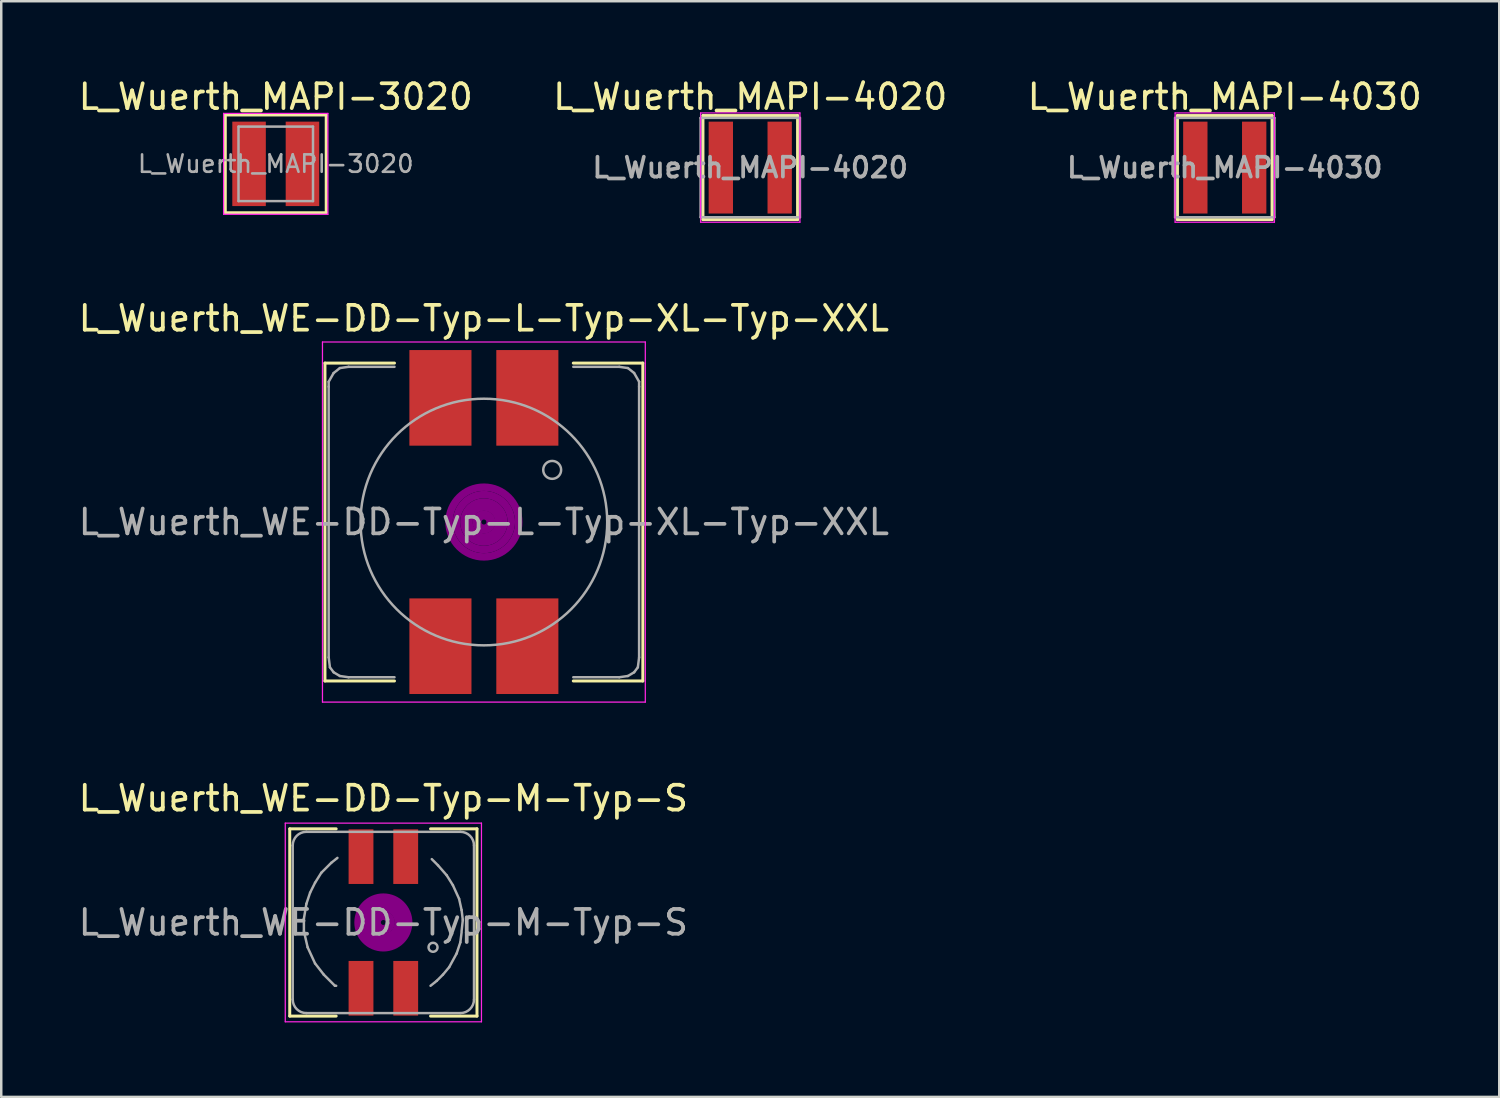
<source format=kicad_pcb>
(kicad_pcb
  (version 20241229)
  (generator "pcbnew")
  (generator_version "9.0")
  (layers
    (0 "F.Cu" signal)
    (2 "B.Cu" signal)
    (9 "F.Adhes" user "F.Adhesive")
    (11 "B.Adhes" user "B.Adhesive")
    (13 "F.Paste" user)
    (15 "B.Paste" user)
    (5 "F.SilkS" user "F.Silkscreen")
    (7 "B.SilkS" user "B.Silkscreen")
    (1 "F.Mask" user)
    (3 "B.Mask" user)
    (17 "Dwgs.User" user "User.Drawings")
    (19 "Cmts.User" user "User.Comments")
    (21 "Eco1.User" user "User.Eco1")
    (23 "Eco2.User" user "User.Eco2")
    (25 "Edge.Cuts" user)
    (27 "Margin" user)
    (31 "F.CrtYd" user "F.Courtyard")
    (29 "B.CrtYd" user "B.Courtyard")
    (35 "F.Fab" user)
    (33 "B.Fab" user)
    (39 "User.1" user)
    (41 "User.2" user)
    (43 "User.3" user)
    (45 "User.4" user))
  (footprint "L_Wuerth_WE-DD-Typ-M-Typ-S"
    (layer "F.Cu")
    (at 12.387 34.095)
    (property "Reference" "L_Wuerth_WE-DD-Typ-M-Typ-S" (at 0 -5 0) (layer "F.SilkS") (effects (font (size 1 1) (thickness 0.15))))
    (attr smd)
    (fp_line (start -3.77 -3.77) (end -1.9 -3.77) (stroke (width 0.12) (type solid)) (layer "F.SilkS"))
    (fp_line (start -3.77 3.77) (end -3.77 -3.77) (stroke (width 0.12) (type solid)) (layer "F.SilkS"))
    (fp_line (start -1.9 3.77) (end -3.77 3.77) (stroke (width 0.12) (type solid)) (layer "F.SilkS"))
    (fp_line (start 1.9 -3.77) (end 3.77 -3.77) (stroke (width 0.12) (type solid)) (layer "F.SilkS"))
    (fp_line (start 3.77 -3.77) (end 3.77 3.77) (stroke (width 0.12) (type solid)) (layer "F.SilkS"))
    (fp_line (start 3.77 3.77) (end 1.9 3.77) (stroke (width 0.12) (type solid)) (layer "F.SilkS"))
    (fp_circle (center 0 0) (end 0.1 0) (stroke (width 0.3) (type solid)) (fill no) (layer "F.Adhes"))
    (fp_circle (center 0 0) (end 0.3 -0.1) (stroke (width 0.3) (type solid)) (fill no) (layer "F.Adhes"))
    (fp_circle (center 0 0) (end 0.6 0) (stroke (width 0.3) (type solid)) (fill no) (layer "F.Adhes"))
    (fp_circle (center 0 0) (end 0.8 -0.1) (stroke (width 0.3) (type solid)) (fill no) (layer "F.Adhes"))
    (fp_circle (center 0 0) (end 1 -0.2) (stroke (width 0.3) (type solid)) (fill no) (layer "F.Adhes"))
    (fp_circle (center 0.8 0) (end 0.8 0) (stroke (width 0.3) (type solid)) (fill no) (layer "F.Adhes"))
    (fp_line (start -3.95 -4) (end 3.95 -4) (stroke (width 0.05) (type solid)) (layer "F.CrtYd"))
    (fp_line (start -3.95 4) (end -3.95 -4) (stroke (width 0.05) (type solid)) (layer "F.CrtYd"))
    (fp_line (start 3.95 -4) (end 3.95 4) (stroke (width 0.05) (type solid)) (layer "F.CrtYd"))
    (fp_line (start 3.95 4) (end -3.95 4) (stroke (width 0.05) (type solid)) (layer "F.CrtYd"))
    (fp_line (start -3.65 -3.1) (end -3.65 3.1) (stroke (width 0.1) (type solid)) (layer "F.Fab"))
    (fp_line (start -3.2 -0.15) (end -3.2 0.35) (stroke (width 0.1) (type solid)) (layer "F.Fab"))
    (fp_line (start -3.2 0.35) (end -3.05 1) (stroke (width 0.1) (type solid)) (layer "F.Fab"))
    (fp_line (start -3.1 -0.75) (end -3.2 -0.15) (stroke (width 0.1) (type solid)) (layer "F.Fab"))
    (fp_line (start -3.1 3.65) (end 3.1 3.65) (stroke (width 0.1) (type solid)) (layer "F.Fab"))
    (fp_line (start -3.05 1) (end -2.75 1.65) (stroke (width 0.1) (type solid)) (layer "F.Fab"))
    (fp_line (start -2.95 -1.2) (end -3.1 -0.75) (stroke (width 0.1) (type solid)) (layer "F.Fab"))
    (fp_line (start -2.75 -1.6) (end -2.95 -1.2) (stroke (width 0.1) (type solid)) (layer "F.Fab"))
    (fp_line (start -2.75 1.65) (end -2.4 2.1) (stroke (width 0.1) (type solid)) (layer "F.Fab"))
    (fp_line (start -2.5 -2) (end -2.75 -1.6) (stroke (width 0.1) (type solid)) (layer "F.Fab"))
    (fp_line (start -2.4 2.1) (end -1.95 2.55) (stroke (width 0.1) (type solid)) (layer "F.Fab"))
    (fp_line (start -2.1 -2.4) (end -2.5 -2) (stroke (width 0.1) (type solid)) (layer "F.Fab"))
    (fp_line (start -1.95 2.55) (end -1.9 2.55) (stroke (width 0.1) (type solid)) (layer "F.Fab"))
    (fp_line (start -1.85 -2.6) (end -2.1 -2.4) (stroke (width 0.1) (type solid)) (layer "F.Fab"))
    (fp_line (start 1.95 -2.55) (end 2.2 -2.3) (stroke (width 0.1) (type solid)) (layer "F.Fab"))
    (fp_line (start 2.15 2.35) (end 1.9 2.55) (stroke (width 0.1) (type solid)) (layer "F.Fab"))
    (fp_line (start 2.2 -2.3) (end 2.55 -1.9) (stroke (width 0.1) (type solid)) (layer "F.Fab"))
    (fp_line (start 2.4 2.1) (end 2.15 2.35) (stroke (width 0.1) (type solid)) (layer "F.Fab"))
    (fp_line (start 2.55 -1.9) (end 2.8 -1.5) (stroke (width 0.1) (type solid)) (layer "F.Fab"))
    (fp_line (start 2.65 1.8) (end 2.4 2.1) (stroke (width 0.1) (type solid)) (layer "F.Fab"))
    (fp_line (start 2.8 -1.5) (end 3.05 -0.95) (stroke (width 0.1) (type solid)) (layer "F.Fab"))
    (fp_line (start 2.95 1.25) (end 2.65 1.8) (stroke (width 0.1) (type solid)) (layer "F.Fab"))
    (fp_line (start 3.05 -0.95) (end 3.15 -0.5) (stroke (width 0.1) (type solid)) (layer "F.Fab"))
    (fp_line (start 3.1 -3.65) (end -3.1 -3.65) (stroke (width 0.1) (type solid)) (layer "F.Fab"))
    (fp_line (start 3.1 0.8) (end 2.95 1.25) (stroke (width 0.1) (type solid)) (layer "F.Fab"))
    (fp_line (start 3.15 -0.5) (end 3.2 -0.1) (stroke (width 0.1) (type solid)) (layer "F.Fab"))
    (fp_line (start 3.15 0.4) (end 3.1 0.8) (stroke (width 0.1) (type solid)) (layer "F.Fab"))
    (fp_line (start 3.2 -0.1) (end 3.15 0.35) (stroke (width 0.1) (type solid)) (layer "F.Fab"))
    (fp_line (start 3.65 -3.1) (end 3.65 3.1) (stroke (width 0.1) (type solid)) (layer "F.Fab"))
    (fp_arc (start -3.65 -3.1) (mid -3.488909 -3.488909) (end -3.1 -3.65) (stroke (width 0.1) (type solid)) (layer "F.Fab"))
    (fp_arc (start -3.1 3.65) (mid -3.488909 3.488909) (end -3.65 3.1) (stroke (width 0.1) (type solid)) (layer "F.Fab"))
    (fp_arc (start 3.1 -3.65) (mid 3.488909 -3.488909) (end 3.65 -3.1) (stroke (width 0.1) (type solid)) (layer "F.Fab"))
    (fp_arc (start 3.65 3.1) (mid 3.488909 3.488909) (end 3.1 3.65) (stroke (width 0.1) (type solid)) (layer "F.Fab"))
    (fp_circle (center 2 1) (end 2.15 0.9) (stroke (width 0.1) (type solid)) (fill no) (layer "F.Fab"))
    (fp_text user "${REFERENCE}" (at 0 0 0) (layer "F.Fab") (effects (font (size 1 1) (thickness 0.15))))
    (pad "1" smd rect (at -0.9 2.65) (size 1 2.2) (layers "F.Cu" "F.Mask" "F.Paste"))
    (pad "2" smd rect (at -0.9 -2.65) (size 1 2.2) (layers "F.Cu" "F.Mask" "F.Paste"))
    (pad "3" smd rect (at 0.9 -2.65) (size 1 2.2) (layers "F.Cu" "F.Mask" "F.Paste"))
    (pad "4" smd rect (at 0.9 2.65) (size 1 2.2) (layers "F.Cu" "F.Mask" "F.Paste")))
  (footprint "L_Wuerth_MAPI-4030"
    (layer "F.Cu")
    (at 46.268 3.698)
    (property "Reference" "L_Wuerth_MAPI-4030" (at 0 -2.85 0) (layer "F.SilkS") (effects (font (size 1 1) (thickness 0.15))))
    (attr smd)
    (fp_line (start -1.905 -2.095) (end -1.905 2.095) (stroke (width 0.12) (type solid)) (layer "F.SilkS"))
    (fp_line (start -1.905 2.095) (end 1.905 2.095) (stroke (width 0.12) (type solid)) (layer "F.SilkS"))
    (fp_line (start 1.905 -2.095) (end -1.905 -2.095) (stroke (width 0.12) (type solid)) (layer "F.SilkS"))
    (fp_line (start 1.905 2.095) (end 1.905 -2.095) (stroke (width 0.12) (type solid)) (layer "F.SilkS"))
    (fp_line (start -2 -2.2) (end -2 2.2) (stroke (width 0.05) (type solid)) (layer "F.CrtYd"))
    (fp_line (start -2 2.2) (end 2 2.2) (stroke (width 0.05) (type solid)) (layer "F.CrtYd"))
    (fp_line (start 2 -2.2) (end -2 -2.2) (stroke (width 0.05) (type solid)) (layer "F.CrtYd"))
    (fp_line (start 2 2.2) (end 2 -2.2) (stroke (width 0.05) (type solid)) (layer "F.CrtYd"))
    (fp_line (start -2 -2) (end -2 2) (stroke (width 0.1) (type solid)) (layer "F.Fab"))
    (fp_line (start -2 2) (end 2 2) (stroke (width 0.1) (type solid)) (layer "F.Fab"))
    (fp_line (start 2 -2) (end -2 -2) (stroke (width 0.1) (type solid)) (layer "F.Fab"))
    (fp_line (start 2 2) (end 2 -2) (stroke (width 0.1) (type solid)) (layer "F.Fab"))
    (fp_text user "${REFERENCE}" (at 0 0 0) (layer "F.Fab") (effects (font (size 0.8 0.8) (thickness 0.15))))
    (pad "1" smd rect (at -1.185 0) (size 0.98 3.7) (layers "F.Cu" "F.Mask" "F.Paste"))
    (pad "2" smd rect (at 1.185 0) (size 0.98 3.7) (layers "F.Cu" "F.Mask" "F.Paste")))
  (footprint "L_Wuerth_MAPI-3020"
    (layer "F.Cu")
    (at 8.054 3.548)
    (property "Reference" "L_Wuerth_MAPI-3020" (at 0 -2.7 0) (layer "F.SilkS") (effects (font (size 1 1) (thickness 0.15))))
    (attr smd)
    (fp_line (start -2.032 -1.968) (end -2.032 1.968) (stroke (width 0.12) (type solid)) (layer "F.SilkS"))
    (fp_line (start -2.032 1.968) (end 2.032 1.968) (stroke (width 0.12) (type solid)) (layer "F.SilkS"))
    (fp_line (start 2.032 -1.968) (end -2.032 -1.968) (stroke (width 0.12) (type solid)) (layer "F.SilkS"))
    (fp_line (start 2.032 1.968) (end 2.032 -1.968) (stroke (width 0.12) (type solid)) (layer "F.SilkS"))
    (fp_line (start -2.1 -2.032) (end -2.1 2.032) (stroke (width 0.05) (type solid)) (layer "F.CrtYd"))
    (fp_line (start -2.1 2.032) (end 2.1 2.032) (stroke (width 0.05) (type solid)) (layer "F.CrtYd"))
    (fp_line (start 2.1 -2.032) (end -2.1 -2.032) (stroke (width 0.05) (type solid)) (layer "F.CrtYd"))
    (fp_line (start 2.1 2.032) (end 2.1 -2.032) (stroke (width 0.05) (type solid)) (layer "F.CrtYd"))
    (fp_line (start -1.5 -1.5) (end -1.5 1.5) (stroke (width 0.1) (type solid)) (layer "F.Fab"))
    (fp_line (start -1.5 1.5) (end 1.5 1.5) (stroke (width 0.1) (type solid)) (layer "F.Fab"))
    (fp_line (start 1.5 -1.5) (end -1.5 -1.5) (stroke (width 0.1) (type solid)) (layer "F.Fab"))
    (fp_line (start 1.5 1.5) (end 1.5 -1.5) (stroke (width 0.1) (type solid)) (layer "F.Fab"))
    (fp_text user "${REFERENCE}" (at 0 0 0) (layer "F.Fab") (effects (font (size 0.7 0.7) (thickness 0.105))))
    (pad "1" smd rect (at -1.075 0) (size 1.35 3.4) (layers "F.Cu" "F.Mask" "F.Paste"))
    (pad "2" smd rect (at 1.075 0) (size 1.35 3.4) (layers "F.Cu" "F.Mask" "F.Paste")))
  (footprint "L_Wuerth_MAPI-4020"
    (layer "F.Cu")
    (at 27.161 3.698)
    (property "Reference" "L_Wuerth_MAPI-4020" (at 0 -2.85 0) (layer "F.SilkS") (effects (font (size 1 1) (thickness 0.15))))
    (attr smd)
    (fp_line (start -1.905 -2.095) (end -1.905 2.095) (stroke (width 0.12) (type solid)) (layer "F.SilkS"))
    (fp_line (start -1.905 2.095) (end 1.905 2.095) (stroke (width 0.12) (type solid)) (layer "F.SilkS"))
    (fp_line (start -1.397 -2.095) (end -1.905 -2.095) (stroke (width 0.12) (type solid)) (layer "F.SilkS"))
    (fp_line (start 1.905 -2.095) (end -1.397 -2.095) (stroke (width 0.12) (type solid)) (layer "F.SilkS"))
    (fp_line (start 1.905 2.095) (end 1.905 -2.095) (stroke (width 0.12) (type solid)) (layer "F.SilkS"))
    (fp_line (start -2 -2.2) (end -2 2.2) (stroke (width 0.05) (type solid)) (layer "F.CrtYd"))
    (fp_line (start -2 2.2) (end 2 2.2) (stroke (width 0.05) (type solid)) (layer "F.CrtYd"))
    (fp_line (start 2 -2.2) (end -2 -2.2) (stroke (width 0.05) (type solid)) (layer "F.CrtYd"))
    (fp_line (start 2 2.2) (end 2 -2.2) (stroke (width 0.05) (type solid)) (layer "F.CrtYd"))
    (fp_line (start -2 -2) (end -2 2) (stroke (width 0.1) (type solid)) (layer "F.Fab"))
    (fp_line (start -2 2) (end 2 2) (stroke (width 0.1) (type solid)) (layer "F.Fab"))
    (fp_line (start 2 -2) (end -2 -2) (stroke (width 0.1) (type solid)) (layer "F.Fab"))
    (fp_line (start 2 2) (end 2 -2) (stroke (width 0.1) (type solid)) (layer "F.Fab"))
    (fp_text user "${REFERENCE}" (at 0 0 0) (layer "F.Fab") (effects (font (size 0.8 0.8) (thickness 0.15))))
    (pad "1" smd rect (at -1.185 0) (size 0.98 3.7) (layers "F.Cu" "F.Mask" "F.Paste"))
    (pad "2" smd rect (at 1.185 0) (size 0.98 3.7) (layers "F.Cu" "F.Mask" "F.Paste")))
  (footprint "L_Wuerth_WE-DD-Typ-L-Typ-XL-Typ-XXL"
    (layer "F.Cu")
    (at 16.435 17.971)
    (property "Reference" "L_Wuerth_WE-DD-Typ-L-Typ-XL-Typ-XXL" (at 0 -8.2 0) (layer "F.SilkS") (effects (font (size 1 1) (thickness 0.15))))
    (attr smd)
    (fp_line (start -6.4 -6.4) (end -3.6 -6.4) (stroke (width 0.12) (type solid)) (layer "F.SilkS"))
    (fp_line (start -6.4 6.4) (end -6.4 -6.4) (stroke (width 0.12) (type solid)) (layer "F.SilkS"))
    (fp_line (start -3.6 6.4) (end -6.4 6.4) (stroke (width 0.12) (type solid)) (layer "F.SilkS"))
    (fp_line (start 3.6 -6.4) (end 6.4 -6.4) (stroke (width 0.12) (type solid)) (layer "F.SilkS"))
    (fp_line (start 6.4 -6.4) (end 6.4 6.4) (stroke (width 0.12) (type solid)) (layer "F.SilkS"))
    (fp_line (start 6.4 6.4) (end 3.6 6.4) (stroke (width 0.12) (type solid)) (layer "F.SilkS"))
    (fp_circle (center 0 0) (end 0.1 0) (stroke (width 0.3) (type solid)) (fill no) (layer "F.Adhes"))
    (fp_circle (center 0 0) (end 0.3 0.1) (stroke (width 0.3) (type solid)) (fill no) (layer "F.Adhes"))
    (fp_circle (center 0 0) (end 0.6 0) (stroke (width 0.3) (type solid)) (fill no) (layer "F.Adhes"))
    (fp_circle (center 0 0) (end 0.8 -0.1) (stroke (width 0.3) (type solid)) (fill no) (layer "F.Adhes"))
    (fp_circle (center 0 0) (end 1.1 -0.1) (stroke (width 0.3) (type solid)) (fill no) (layer "F.Adhes"))
    (fp_circle (center 0 0) (end 1.4 -0.1) (stroke (width 0.3) (type solid)) (fill no) (layer "F.Adhes"))
    (fp_line (start -6.5 -7.25) (end 6.5 -7.25) (stroke (width 0.05) (type solid)) (layer "F.CrtYd"))
    (fp_line (start -6.5 7.25) (end -6.5 -7.25) (stroke (width 0.05) (type solid)) (layer "F.CrtYd"))
    (fp_line (start 6.5 -7.25) (end 6.5 7.25) (stroke (width 0.05) (type solid)) (layer "F.CrtYd"))
    (fp_line (start 6.5 7.25) (end -6.5 7.25) (stroke (width 0.05) (type solid)) (layer "F.CrtYd"))
    (fp_line (start -6.25 -5.65) (end -6.25 -5.45) (stroke (width 0.1) (type solid)) (layer "F.Fab"))
    (fp_line (start -6.25 -5.45) (end -6.25 5.45) (stroke (width 0.1) (type solid)) (layer "F.Fab"))
    (fp_line (start -6.2 5.85) (end -6.25 5.45) (stroke (width 0.1) (type solid)) (layer "F.Fab"))
    (fp_line (start -6.05 -6) (end -6.25 -5.65) (stroke (width 0.1) (type solid)) (layer "F.Fab"))
    (fp_line (start -6.05 6.05) (end -6.2 5.85) (stroke (width 0.1) (type solid)) (layer "F.Fab"))
    (fp_line (start -5.8 -6.2) (end -6.05 -6) (stroke (width 0.1) (type solid)) (layer "F.Fab"))
    (fp_line (start -5.8 6.2) (end -6.05 6.05) (stroke (width 0.1) (type solid)) (layer "F.Fab"))
    (fp_line (start -5.45 -6.25) (end -5.8 -6.2) (stroke (width 0.1) (type solid)) (layer "F.Fab"))
    (fp_line (start -5.45 6.25) (end -5.8 6.2) (stroke (width 0.1) (type solid)) (layer "F.Fab"))
    (fp_line (start -3.6 -6.25) (end -5.45 -6.25) (stroke (width 0.1) (type solid)) (layer "F.Fab"))
    (fp_line (start -3.6 6.25) (end -5.45 6.25) (stroke (width 0.1) (type solid)) (layer "F.Fab"))
    (fp_line (start 3.6 -6.25) (end 5.45 -6.25) (stroke (width 0.1) (type solid)) (layer "F.Fab"))
    (fp_line (start 3.6 6.25) (end 5.45 6.25) (stroke (width 0.1) (type solid)) (layer "F.Fab"))
    (fp_line (start 5.45 -6.25) (end 5.8 -6.2) (stroke (width 0.1) (type solid)) (layer "F.Fab"))
    (fp_line (start 5.45 6.25) (end 5.8 6.2) (stroke (width 0.1) (type solid)) (layer "F.Fab"))
    (fp_line (start 5.8 -6.2) (end 6.05 -6) (stroke (width 0.1) (type solid)) (layer "F.Fab"))
    (fp_line (start 5.8 6.2) (end 6.05 6.05) (stroke (width 0.1) (type solid)) (layer "F.Fab"))
    (fp_line (start 6.05 -6) (end 6.25 -5.65) (stroke (width 0.1) (type solid)) (layer "F.Fab"))
    (fp_line (start 6.05 6.05) (end 6.2 5.85) (stroke (width 0.1) (type solid)) (layer "F.Fab"))
    (fp_line (start 6.2 5.85) (end 6.25 5.45) (stroke (width 0.1) (type solid)) (layer "F.Fab"))
    (fp_line (start 6.25 -5.65) (end 6.25 -5.45) (stroke (width 0.1) (type solid)) (layer "F.Fab"))
    (fp_line (start 6.25 -5.45) (end 6.25 5.45) (stroke (width 0.1) (type solid)) (layer "F.Fab"))
    (fp_circle (center 0 0) (end 2.1 4.5) (stroke (width 0.1) (type solid)) (fill no) (layer "F.Fab"))
    (fp_circle (center 2.75 -2.1) (end 3.05 -1.9) (stroke (width 0.1) (type solid)) (fill no) (layer "F.Fab"))
    (fp_text user "${REFERENCE}" (at 0 0 0) (layer "F.Fab") (effects (font (size 1 1) (thickness 0.15))))
    (pad "1" smd rect (at -1.75 -5) (size 2.5 3.85) (layers "F.Cu" "F.Mask" "F.Paste"))
    (pad "2" smd rect (at 1.75 -5) (size 2.5 3.85) (layers "F.Cu" "F.Mask" "F.Paste"))
    (pad "3" smd rect (at 1.75 5) (size 2.5 3.85) (layers "F.Cu" "F.Mask" "F.Paste"))
    (pad "4" smd rect (at -1.75 5) (size 2.5 3.85) (layers "F.Cu" "F.Mask" "F.Paste")))
  (gr_rect
    (start -3 -3)
    (end 57.321 41.12)
    (stroke (width 0.1) (type default))
    (fill no)
    (layer "Edge.Cuts")))
</source>
